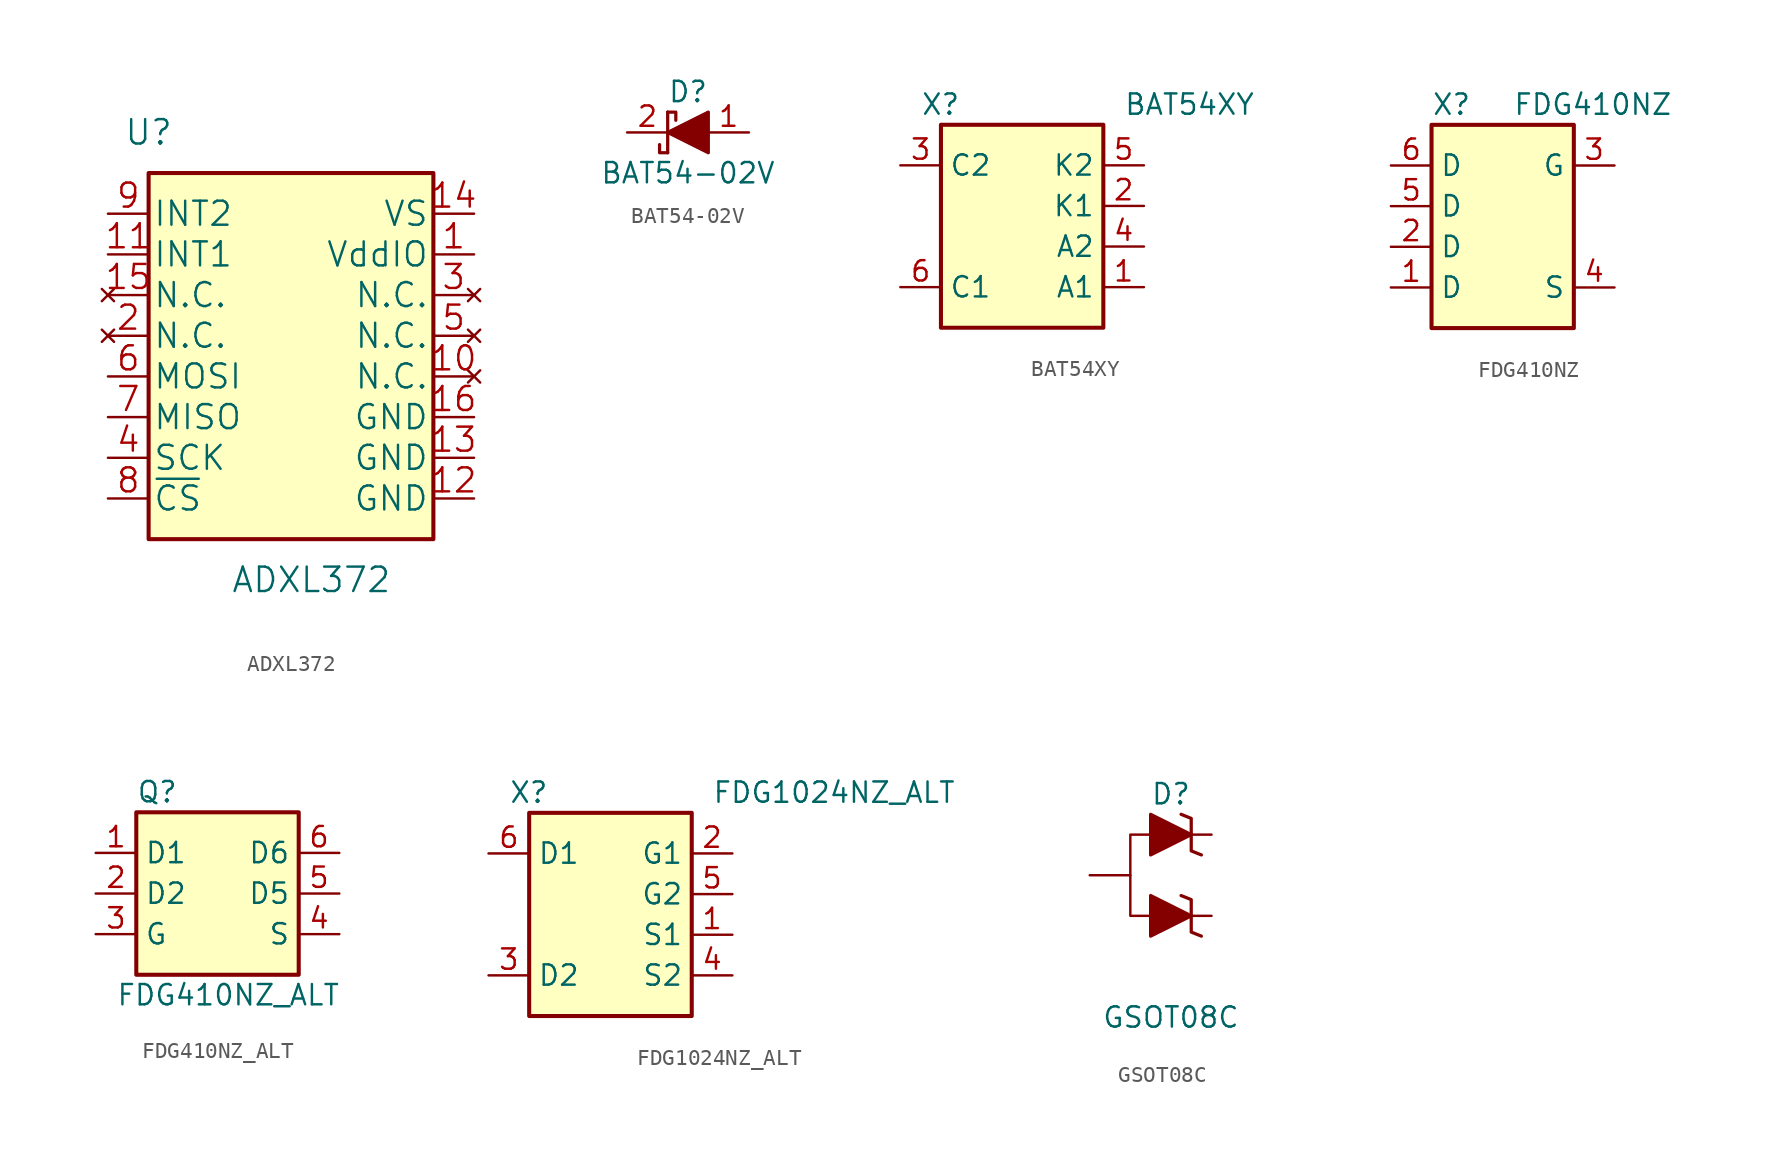
<source format=kicad_sym>
(kicad_symbol_lib
  (version 20211014)
  (generator kicad_symbol_editor)
  (symbol "ADXL372"
    (pin_names
      (offset 0.254))
    (property "Reference" "U"
      (at 7.62 7.62 0)
      (effects (font (size 1.524 1.524))))
    (property "Value" "ADXL372"
      (at 17.78 -20.32 0)
      (effects (font (size 1.524 1.524))))
    (property "Datasheet" ""
      (at 5.08 0 0)
      (effects (font (size 1.524 1.524))))
    (property "ki_locked" ""
      (at 0 0 0)
      (effects (font (size 1.27 1.27))))
    (symbol "ADXL372_1_1"
      (rectangle (start 7.62 5.08) (end 25.4 -17.78) (stroke (width 0.254) (type default) (color 0 0 0 0)) (fill (type background)))
      (pin power_in line (at 27.94 0 180) (length 2.54) (name "VddIO" (effects (font (size 1.499 1.499)))) (number "1" (effects (font (size 1.499 1.499)))))
      (pin no_connect line (at 27.94 -7.62 180) (length 2.54) (name "N.C." (effects (font (size 1.499 1.499)))) (number "10" (effects (font (size 1.499 1.499)))))
      (pin output line (at 5.08 0 0) (length 2.54) (name "INT1" (effects (font (size 1.499 1.499)))) (number "11" (effects (font (size 1.499 1.499)))))
      (pin power_in line (at 27.94 -15.24 180) (length 2.54) (name "GND" (effects (font (size 1.499 1.499)))) (number "12" (effects (font (size 1.499 1.499)))))
      (pin power_in line (at 27.94 -12.7 180) (length 2.54) (name "GND" (effects (font (size 1.499 1.499)))) (number "13" (effects (font (size 1.499 1.499)))))
      (pin power_in line (at 27.94 2.54 180) (length 2.54) (name "VS" (effects (font (size 1.499 1.499)))) (number "14" (effects (font (size 1.499 1.499)))))
      (pin no_connect line (at 5.08 -2.54 0) (length 2.54) (name "N.C." (effects (font (size 1.499 1.499)))) (number "15" (effects (font (size 1.499 1.499)))))
      (pin power_in line (at 27.94 -10.16 180) (length 2.54) (name "GND" (effects (font (size 1.499 1.499)))) (number "16" (effects (font (size 1.499 1.499)))))
      (pin no_connect line (at 5.08 -5.08 0) (length 2.54) (name "N.C." (effects (font (size 1.499 1.499)))) (number "2" (effects (font (size 1.499 1.499)))))
      (pin no_connect line (at 27.94 -2.54 180) (length 2.54) (name "N.C." (effects (font (size 1.499 1.499)))) (number "3" (effects (font (size 1.499 1.499)))))
      (pin input line (at 5.08 -12.7 0) (length 2.54) (name "SCK" (effects (font (size 1.499 1.499)))) (number "4" (effects (font (size 1.499 1.499)))))
      (pin no_connect line (at 27.94 -5.08 180) (length 2.54) (name "N.C." (effects (font (size 1.499 1.499)))) (number "5" (effects (font (size 1.499 1.499)))))
      (pin input line (at 5.08 -7.62 0) (length 2.54) (name "MOSI" (effects (font (size 1.499 1.499)))) (number "6" (effects (font (size 1.499 1.499)))))
      (pin output line (at 5.08 -10.16 0) (length 2.54) (name "MISO" (effects (font (size 1.499 1.499)))) (number "7" (effects (font (size 1.499 1.499)))))
      (pin input line (at 5.08 -15.24 0) (length 2.54) (name "~{CS}" (effects (font (size 1.499 1.499)))) (number "8" (effects (font (size 1.499 1.499)))))
      (pin output line (at 5.08 2.54 0) (length 2.54) (name "INT2" (effects (font (size 1.499 1.499)))) (number "9" (effects (font (size 1.499 1.499)))))))
  (symbol "BAT54-02V"
    (pin_names
      (offset 1.016) hide)
    (property "Reference" "D"
      (at 0 2.54 0)
      (effects (font (size 1.27 1.27))))
    (property "Value" "BAT54-02V"
      (at 0 -2.54 0)
      (effects (font (size 1.27 1.27))))
    (symbol "BAT54-02V_0_1"
      (polyline (pts (xy -1.27 1.27) (xy -1.27 -1.27)) (stroke (width 0.203) (type default) (color 0 0 0 0)) (fill (type none)))
      (polyline (pts (xy 1.27 0) (xy -1.27 0)) (stroke (width 0) (type default) (color 0 0 0 0)) (fill (type none)))
      (polyline (pts (xy -1.27 -1.27) (xy -1.778 -1.27) (xy -1.778 -0.762)) (stroke (width 0.203) (type default) (color 0 0 0 0)) (fill (type none)))
      (polyline (pts (xy -1.27 1.27) (xy -0.762 1.27) (xy -0.762 0.762)) (stroke (width 0.203) (type default) (color 0 0 0 0)) (fill (type none)))
      (polyline (pts (xy 1.27 1.27) (xy 1.27 -1.27) (xy -1.27 0) (xy 1.27 1.27)) (stroke (width 0.203) (type default) (color 0 0 0 0)) (fill (type outline))))
    (symbol "BAT54-02V_1_1"
      (pin passive line (at 3.81 0 180) (length 2.54) (name "A" (effects (font (size 1.27 1.27)))) (number "1" (effects (font (size 1.27 1.27)))))
      (pin passive line (at -3.81 0 0) (length 2.54) (name "K" (effects (font (size 1.27 1.27)))) (number "2" (effects (font (size 1.27 1.27)))))))
  (symbol "BAT54XY"
    (property "Reference" "X"
      (at -8.89 6.35 0)
      (effects (font (size 1.27 1.27)) (justify left)))
    (property "Value" "BAT54XY"
      (at 3.81 6.35 0)
      (effects (font (size 1.27 1.27)) (justify left)))
    (symbol "BAT54XY_0_1"
      (rectangle (start -7.62 5.08) (end 2.54 -7.62) (stroke (width 0.254) (type default) (color 0 0 0 0)) (fill (type background))))
    (symbol "BAT54XY_1_1"
      (pin passive line (at 5.08 -5.08 180) (length 2.54) (name "A1" (effects (font (size 1.27 1.27)))) (number "1" (effects (font (size 1.27 1.27)))))
      (pin passive line (at 5.08 0 180) (length 2.54) (name "K1" (effects (font (size 1.27 1.27)))) (number "2" (effects (font (size 1.27 1.27)))))
      (pin passive line (at -10.16 2.54 0) (length 2.54) (name "C2" (effects (font (size 1.27 1.27)))) (number "3" (effects (font (size 1.27 1.27)))))
      (pin passive line (at 5.08 -2.54 180) (length 2.54) (name "A2" (effects (font (size 1.27 1.27)))) (number "4" (effects (font (size 1.27 1.27)))))
      (pin passive line (at 5.08 2.54 180) (length 2.54) (name "K2" (effects (font (size 1.27 1.27)))) (number "5" (effects (font (size 1.27 1.27)))))
      (pin passive line (at -10.16 -5.08 0) (length 2.54) (name "C1" (effects (font (size 1.27 1.27)))) (number "6" (effects (font (size 1.27 1.27)))))))
  (symbol "FDG410NZ"
    (property "Reference" "X"
      (at -7.62 6.35 0)
      (effects (font (size 1.27 1.27)) (justify left)))
    (property "Value" "FDG410NZ"
      (at -2.54 6.35 0)
      (effects (font (size 1.27 1.27)) (justify left)))
    (symbol "FDG410NZ_0_1"
      (rectangle (start -7.62 5.08) (end 1.27 -7.62) (stroke (width 0.254) (type default) (color 0 0 0 0)) (fill (type background))))
    (symbol "FDG410NZ_1_1"
      (pin passive line (at -10.16 -5.08 0) (length 2.54) (name "D" (effects (font (size 1.27 1.27)))) (number "1" (effects (font (size 1.27 1.27)))))
      (pin passive line (at -10.16 -2.54 0) (length 2.54) (name "D" (effects (font (size 1.27 1.27)))) (number "2" (effects (font (size 1.27 1.27)))))
      (pin passive line (at 3.81 2.54 180) (length 2.54) (name "G" (effects (font (size 1.27 1.27)))) (number "3" (effects (font (size 1.27 1.27)))))
      (pin passive line (at 3.81 -5.08 180) (length 2.54) (name "S" (effects (font (size 1.27 1.27)))) (number "4" (effects (font (size 1.27 1.27)))))
      (pin passive line (at -10.16 0 0) (length 2.54) (name "D" (effects (font (size 1.27 1.27)))) (number "5" (effects (font (size 1.27 1.27)))))
      (pin passive line (at -10.16 2.54 0) (length 2.54) (name "D" (effects (font (size 1.27 1.27)))) (number "6" (effects (font (size 1.27 1.27)))))))
  (symbol "FDG410NZ_ALT"
    (property "Reference" "Q"
      (at -7.62 6.35 0)
      (effects (font (size 1.27 1.27)) (justify left)))
    (property "Value" "FDG410NZ_ALT"
      (at -8.89 -6.35 0)
      (effects (font (size 1.27 1.27)) (justify left)))
    (symbol "FDG410NZ_ALT_0_1"
      (rectangle (start -7.62 5.08) (end 2.54 -5.08) (stroke (width 0.254) (type default) (color 0 0 0 0)) (fill (type background))))
    (symbol "FDG410NZ_ALT_1_1"
      (pin passive line (at -10.16 2.54 0) (length 2.54) (name "D1" (effects (font (size 1.27 1.27)))) (number "1" (effects (font (size 1.27 1.27)))))
      (pin passive line (at -10.16 0 0) (length 2.54) (name "D2" (effects (font (size 1.27 1.27)))) (number "2" (effects (font (size 1.27 1.27)))))
      (pin passive line (at -10.16 -2.54 0) (length 2.54) (name "G" (effects (font (size 1.27 1.27)))) (number "3" (effects (font (size 1.27 1.27)))))
      (pin passive line (at 5.08 -2.54 180) (length 2.54) (name "S" (effects (font (size 1.27 1.27)))) (number "4" (effects (font (size 1.27 1.27)))))
      (pin passive line (at 5.08 0 180) (length 2.54) (name "D5" (effects (font (size 1.27 1.27)))) (number "5" (effects (font (size 1.27 1.27)))))
      (pin passive line (at 5.08 2.54 180) (length 2.54) (name "D6" (effects (font (size 1.27 1.27)))) (number "6" (effects (font (size 1.27 1.27)))))))
  (symbol "FDG1024NZ_ALT"
    (property "Reference" "X"
      (at -8.89 6.35 0)
      (effects (font (size 1.27 1.27)) (justify left)))
    (property "Value" "FDG1024NZ_ALT"
      (at 3.81 6.35 0)
      (effects (font (size 1.27 1.27)) (justify left)))
    (symbol "FDG1024NZ_ALT_0_1"
      (rectangle (start -7.62 5.08) (end 2.54 -7.62) (stroke (width 0.254) (type default) (color 0 0 0 0)) (fill (type background))))
    (symbol "FDG1024NZ_ALT_1_1"
      (pin passive line (at 5.08 -2.54 180) (length 2.54) (name "S1" (effects (font (size 1.27 1.27)))) (number "1" (effects (font (size 1.27 1.27)))))
      (pin passive line (at 5.08 2.54 180) (length 2.54) (name "G1" (effects (font (size 1.27 1.27)))) (number "2" (effects (font (size 1.27 1.27)))))
      (pin passive line (at -10.16 -5.08 0) (length 2.54) (name "D2" (effects (font (size 1.27 1.27)))) (number "3" (effects (font (size 1.27 1.27)))))
      (pin passive line (at 5.08 -5.08 180) (length 2.54) (name "S2" (effects (font (size 1.27 1.27)))) (number "4" (effects (font (size 1.27 1.27)))))
      (pin passive line (at 5.08 0 180) (length 2.54) (name "G2" (effects (font (size 1.27 1.27)))) (number "5" (effects (font (size 1.27 1.27)))))
      (pin passive line (at -10.16 2.54 0) (length 2.54) (name "D1" (effects (font (size 1.27 1.27)))) (number "6" (effects (font (size 1.27 1.27)))))))
  (symbol "GSOT08C"
    (pin_names
      (offset 1.016) hide)
    (property "Reference" "D"
      (at 0 2.54 0)
      (effects (font (size 1.27 1.27))))
    (property "Value" "GSOT08C"
      (at 0 -11.43 0)
      (effects (font (size 1.27 1.27))))
    (symbol "GSOT08C_0_1"
      (polyline (pts (xy -1.27 0) (xy 1.27 0)) (stroke (width 0) (type default) (color 0 0 0 0)) (fill (type none)))
      (polyline (pts (xy -1.27 1.27) (xy -1.27 -1.27) (xy 1.27 0) (xy -1.27 1.27)) (stroke (width 0.203) (type default) (color 0 0 0 0)) (fill (type outline)))
      (polyline (pts (xy 0.635 1.27) (xy 1.27 1.016) (xy 1.27 -1.016) (xy 1.905 -1.27)) (stroke (width 0.203) (type default) (color 0 0 0 0)) (fill (type none)))
      (polyline (pts (xy -1.27 0) (xy -2.54 0) (xy -2.54 -2.54) (xy -2.54 -5.08) (xy -1.27 -5.08)) (stroke (width 0) (type default) (color 0 0 0 0)) (fill (type none))))
    (symbol "GSOT08C_1_1"
      (polyline (pts (xy -1.27 -5.08) (xy 1.27 -5.08)) (stroke (width 0) (type default) (color 0 0 0 0)) (fill (type none)))
      (polyline (pts (xy -1.27 -3.81) (xy -1.27 -6.35) (xy 1.27 -5.08) (xy -1.27 -3.81)) (stroke (width 0.203) (type default) (color 0 0 0 0)) (fill (type outline)))
      (polyline (pts (xy 0.635 -3.81) (xy 1.27 -4.064) (xy 1.27 -6.096) (xy 1.905 -6.35)) (stroke (width 0.203) (type default) (color 0 0 0 0)) (fill (type none)))
      (pin passive line (at 2.54 0 180) (length 1.245) (name "A" (effects (font (size 1.27 1.27)))) (number "1" (effects (font (size 0 0)))))
      (pin passive line (at 2.54 -5.08 180) (length 1.245) (name "A" (effects (font (size 1.27 1.27)))) (number "2" (effects (font (size 0 0)))))
      (pin passive line (at -5.08 -2.54 0) (length 2.54) (name "K" (effects (font (size 1.27 1.27)))) (number "3" (effects (font (size 0 0))))))))
</source>
